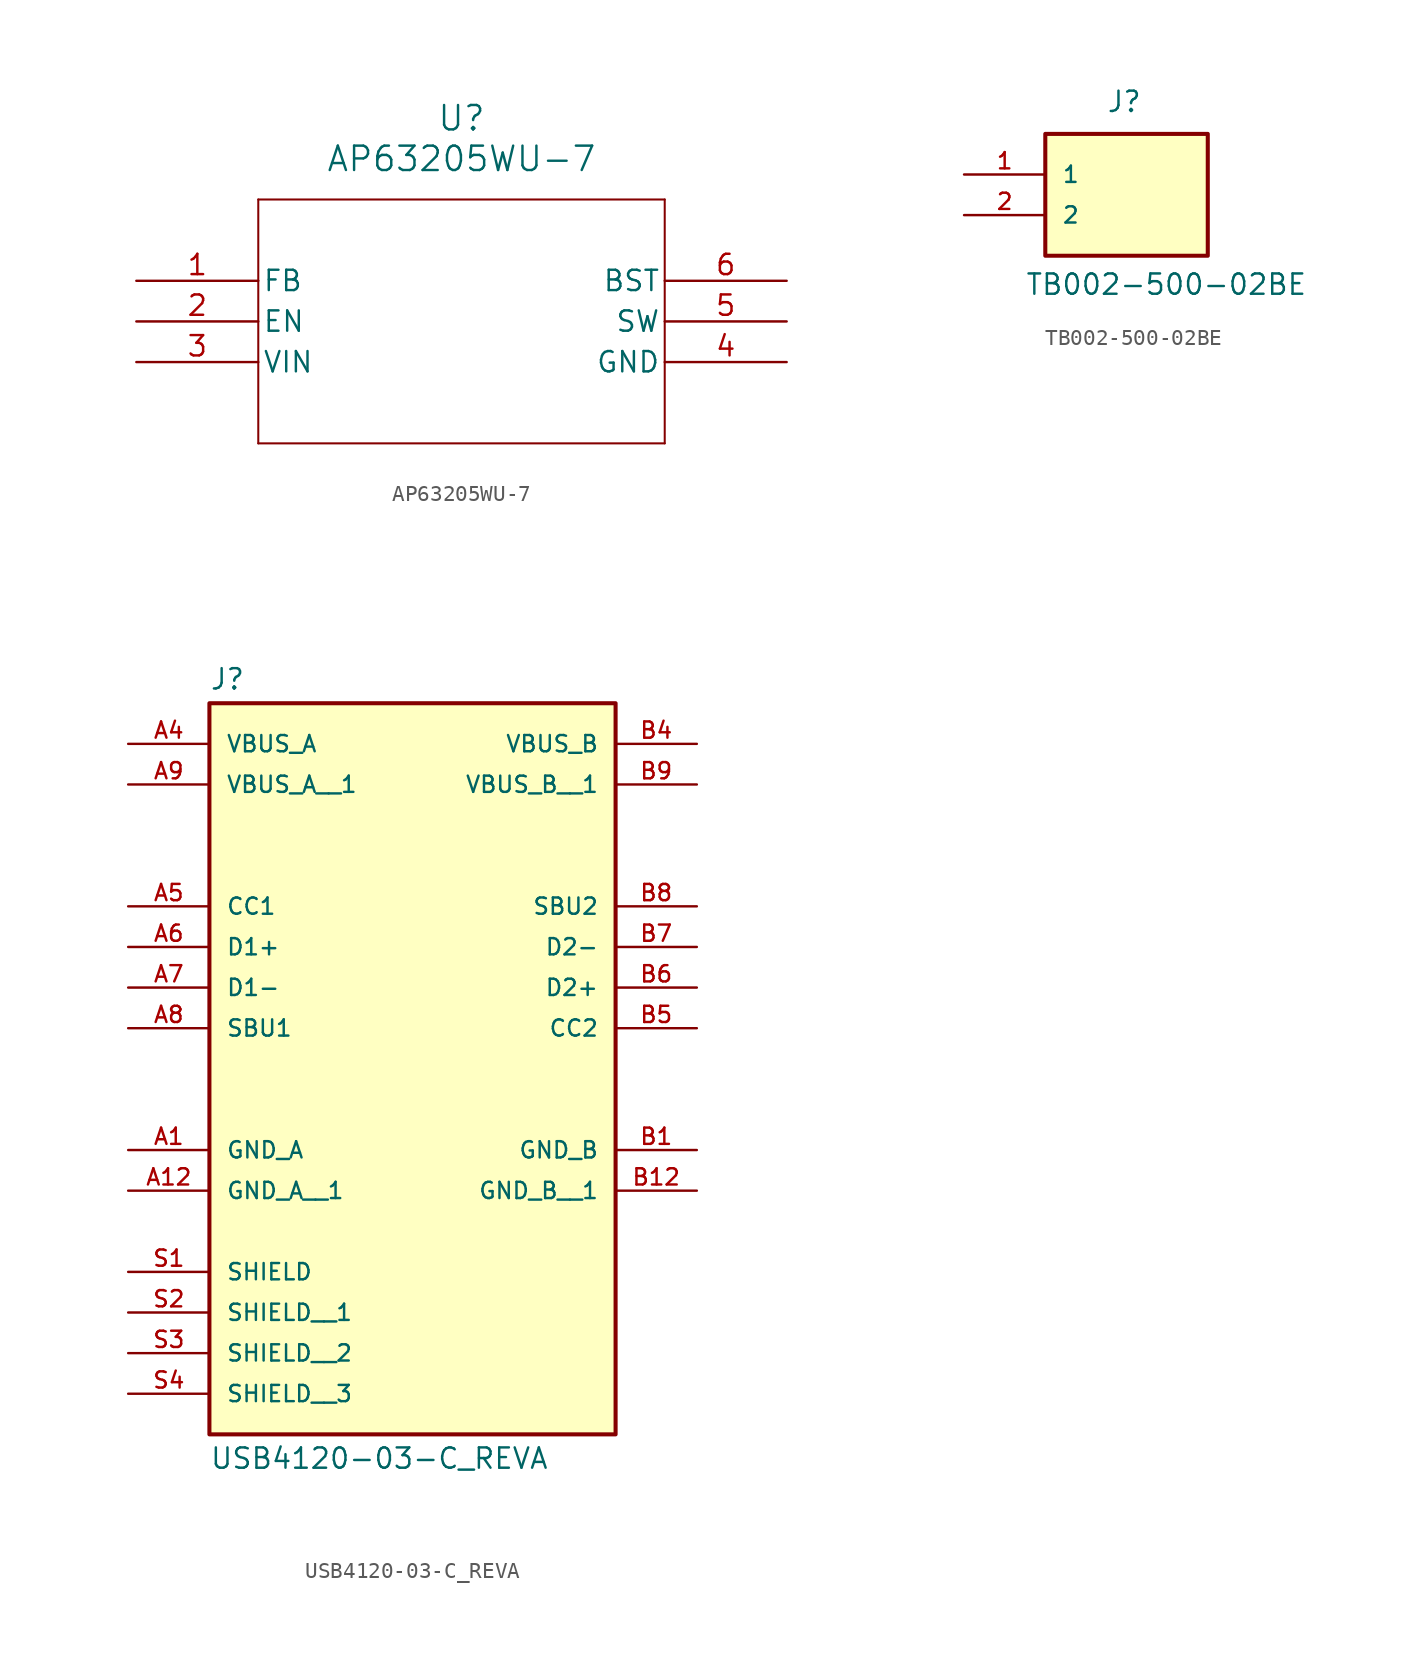
<source format=kicad_sym>
(kicad_symbol_lib
  (version 20231120)
  (generator "kicad_symbol_editor")
  (generator_version "8.0")
  (symbol "AP63205WU-7"
    (pin_names
      (offset 0.254))
    (property "Reference" "U"
      (at 20.32 10.16 0)
      (effects (font (size 1.524 1.524))))
    (property "Value" "AP63205WU-7"
      (at 20.32 7.62 0)
      (effects (font (size 1.524 1.524))))
    (property "ki_locked" ""
      (at 0 0 0)
      (effects (font (size 1.27 1.27))))
    (symbol "AP63205WU-7_0_1"
      (polyline (pts (xy 7.62 -10.16) (xy 33.02 -10.16)) (stroke (width 0.127) (type default)) (fill (type none)))
      (polyline (pts (xy 7.62 5.08) (xy 7.62 -10.16)) (stroke (width 0.127) (type default)) (fill (type none)))
      (polyline (pts (xy 33.02 -10.16) (xy 33.02 5.08)) (stroke (width 0.127) (type default)) (fill (type none)))
      (polyline (pts (xy 33.02 5.08) (xy 7.62 5.08)) (stroke (width 0.127) (type default)) (fill (type none)))
      (pin unspecified line (at 0 0 0) (length 7.62) (name "FB" (effects (font (size 1.27 1.27)))) (number "1" (effects (font (size 1.27 1.27)))))
      (pin unspecified line (at 0 -2.54 0) (length 7.62) (name "EN" (effects (font (size 1.27 1.27)))) (number "2" (effects (font (size 1.27 1.27)))))
      (pin unspecified line (at 0 -5.08 0) (length 7.62) (name "VIN" (effects (font (size 1.27 1.27)))) (number "3" (effects (font (size 1.27 1.27)))))
      (pin power_out line (at 40.64 -5.08 180) (length 7.62) (name "GND" (effects (font (size 1.27 1.27)))) (number "4" (effects (font (size 1.27 1.27)))))
      (pin unspecified line (at 40.64 -2.54 180) (length 7.62) (name "SW" (effects (font (size 1.27 1.27)))) (number "5" (effects (font (size 1.27 1.27)))))
      (pin unspecified line (at 40.64 0 180) (length 7.62) (name "BST" (effects (font (size 1.27 1.27)))) (number "6" (effects (font (size 1.27 1.27)))))))
  (symbol "TB002-500-02BE"
    (pin_names
      (offset 1.016))
    (property "Reference" "J"
      (at -1.27 6.35 0)
      (effects (font (size 1.27 1.27)) (justify left bottom)))
    (property "Value" "TB002-500-02BE"
      (at -6.35 -5.08 0)
      (effects (font (size 1.27 1.27)) (justify left bottom)))
    (symbol "TB002-500-02BE_0_0"
      (rectangle (start -5.08 -2.54) (end 5.08 5.08) (stroke (width 0.254) (type default)) (fill (type background)))
      (pin passive line (at -10.16 2.54 0) (length 5.08) (name "1" (effects (font (size 1.016 1.016)))) (number "1" (effects (font (size 1.016 1.016)))))
      (pin passive line (at -10.16 0 0) (length 5.08) (name "2" (effects (font (size 1.016 1.016)))) (number "2" (effects (font (size 1.016 1.016)))))))
  (symbol "USB4120-03-C_REVA"
    (pin_names
      (offset 1.016))
    (property "Reference" "J"
      (at -12.7 16.002 0)
      (effects (font (size 1.27 1.27)) (justify left bottom)))
    (property "Value" "USB4120-03-C_REVA"
      (at -12.7 -31.242 0)
      (effects (font (size 1.27 1.27)) (justify left top)))
    (symbol "USB4120-03-C_REVA_0_0"
      (rectangle (start -12.7 -30.48) (end 12.7 15.24) (stroke (width 0.254) (type default)) (fill (type background)))
      (pin power_in line (at -17.78 -12.7 0) (length 5.08) (name "GND_A" (effects (font (size 1.016 1.016)))) (number "A1" (effects (font (size 1.016 1.016)))))
      (pin power_in line (at -17.78 -15.24 0) (length 5.08) (name "GND_A__1" (effects (font (size 1.016 1.016)))) (number "A12" (effects (font (size 1.016 1.016)))))
      (pin power_in line (at -17.78 12.7 0) (length 5.08) (name "VBUS_A" (effects (font (size 1.016 1.016)))) (number "A4" (effects (font (size 1.016 1.016)))))
      (pin bidirectional line (at -17.78 2.54 0) (length 5.08) (name "CC1" (effects (font (size 1.016 1.016)))) (number "A5" (effects (font (size 1.016 1.016)))))
      (pin bidirectional line (at -17.78 0 0) (length 5.08) (name "D1+" (effects (font (size 1.016 1.016)))) (number "A6" (effects (font (size 1.016 1.016)))))
      (pin bidirectional line (at -17.78 -2.54 0) (length 5.08) (name "D1-" (effects (font (size 1.016 1.016)))) (number "A7" (effects (font (size 1.016 1.016)))))
      (pin bidirectional line (at -17.78 -5.08 0) (length 5.08) (name "SBU1" (effects (font (size 1.016 1.016)))) (number "A8" (effects (font (size 1.016 1.016)))))
      (pin power_in line (at -17.78 10.16 0) (length 5.08) (name "VBUS_A__1" (effects (font (size 1.016 1.016)))) (number "A9" (effects (font (size 1.016 1.016)))))
      (pin power_in line (at 17.78 -12.7 180) (length 5.08) (name "GND_B" (effects (font (size 1.016 1.016)))) (number "B1" (effects (font (size 1.016 1.016)))))
      (pin power_in line (at 17.78 -15.24 180) (length 5.08) (name "GND_B__1" (effects (font (size 1.016 1.016)))) (number "B12" (effects (font (size 1.016 1.016)))))
      (pin power_in line (at 17.78 12.7 180) (length 5.08) (name "VBUS_B" (effects (font (size 1.016 1.016)))) (number "B4" (effects (font (size 1.016 1.016)))))
      (pin bidirectional line (at 17.78 -5.08 180) (length 5.08) (name "CC2" (effects (font (size 1.016 1.016)))) (number "B5" (effects (font (size 1.016 1.016)))))
      (pin bidirectional line (at 17.78 -2.54 180) (length 5.08) (name "D2+" (effects (font (size 1.016 1.016)))) (number "B6" (effects (font (size 1.016 1.016)))))
      (pin bidirectional line (at 17.78 0 180) (length 5.08) (name "D2-" (effects (font (size 1.016 1.016)))) (number "B7" (effects (font (size 1.016 1.016)))))
      (pin bidirectional line (at 17.78 2.54 180) (length 5.08) (name "SBU2" (effects (font (size 1.016 1.016)))) (number "B8" (effects (font (size 1.016 1.016)))))
      (pin power_in line (at 17.78 10.16 180) (length 5.08) (name "VBUS_B__1" (effects (font (size 1.016 1.016)))) (number "B9" (effects (font (size 1.016 1.016)))))
      (pin passive line (at -17.78 -20.32 0) (length 5.08) (name "SHIELD" (effects (font (size 1.016 1.016)))) (number "S1" (effects (font (size 1.016 1.016)))))
      (pin passive line (at -17.78 -22.86 0) (length 5.08) (name "SHIELD__1" (effects (font (size 1.016 1.016)))) (number "S2" (effects (font (size 1.016 1.016)))))
      (pin passive line (at -17.78 -25.4 0) (length 5.08) (name "SHIELD__2" (effects (font (size 1.016 1.016)))) (number "S3" (effects (font (size 1.016 1.016)))))
      (pin passive line (at -17.78 -27.94 0) (length 5.08) (name "SHIELD__3" (effects (font (size 1.016 1.016)))) (number "S4" (effects (font (size 1.016 1.016))))))))
</source>
